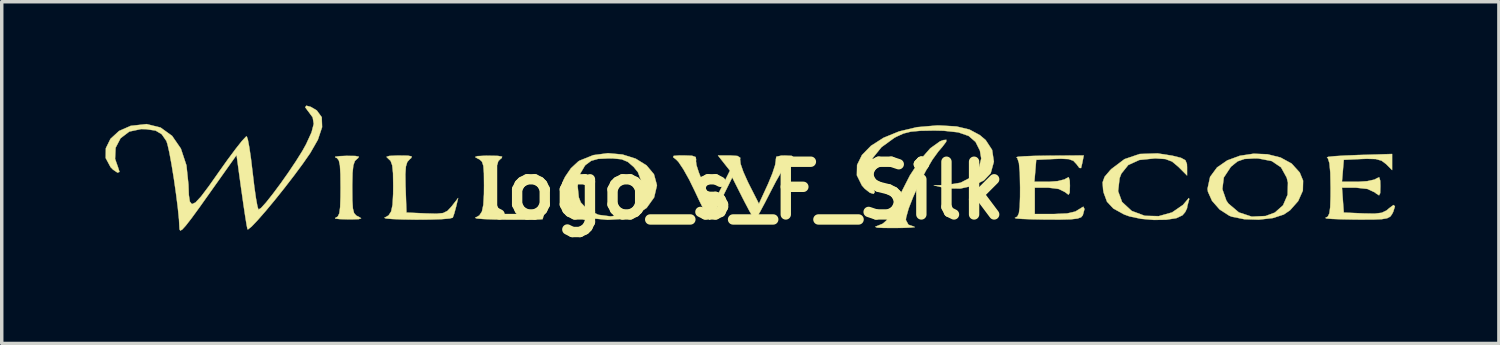
<source format=kicad_pcb>
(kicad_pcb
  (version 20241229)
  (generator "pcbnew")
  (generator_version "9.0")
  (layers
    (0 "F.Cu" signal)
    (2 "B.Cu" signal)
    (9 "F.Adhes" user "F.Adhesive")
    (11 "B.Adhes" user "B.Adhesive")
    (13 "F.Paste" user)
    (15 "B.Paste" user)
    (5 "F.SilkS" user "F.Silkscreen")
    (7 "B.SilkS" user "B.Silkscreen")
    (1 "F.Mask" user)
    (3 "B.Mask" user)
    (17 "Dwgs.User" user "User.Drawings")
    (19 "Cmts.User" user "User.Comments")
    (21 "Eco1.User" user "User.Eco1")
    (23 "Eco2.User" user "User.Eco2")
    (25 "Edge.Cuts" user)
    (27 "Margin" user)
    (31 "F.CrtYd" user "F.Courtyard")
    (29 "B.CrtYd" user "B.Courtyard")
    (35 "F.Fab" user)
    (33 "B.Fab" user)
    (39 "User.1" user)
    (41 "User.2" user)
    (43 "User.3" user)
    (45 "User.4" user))
  (footprint "logo_s_F_Silk"
    (layer "F.Cu")
    (at 18.393 2.459)
    (property "Reference" "logo_s_F_Silk" (at 0 0 0) (layer "F.SilkS") (effects (font (size 1.524 1.524) (thickness 0.3))))
    (attr through_hole)
    (fp_poly (pts (xy 5.906 -1.411) (xy 5.798 -1.268) (xy 5.68 -1.131) (xy 5.511 -0.898) (xy 5.319 -0.573) (xy 5.127 -0.2) (xy 4.954 0.179) (xy 4.821 0.519) (xy 4.749 0.777) (xy 4.741 0.85) (xy 4.815 0.986) (xy 4.974 1.04) (xy 5 1.056) (xy 4.881 1.069) (xy 4.639 1.078) (xy 4.445 1.08) (xy 4.097 1.079) (xy 3.905 1.069) (xy 3.856 1.047) (xy 3.936 1.012) (xy 3.945 1.009) (xy 4.072 0.957) (xy 4.182 0.861) (xy 4.296 0.694) (xy 4.434 0.424) (xy 4.58 0.107) (xy 4.857 -0.436) (xy 5.152 -0.886) (xy 5.448 -1.223) (xy 5.729 -1.424) (xy 5.826 -1.46) (xy 5.913 -1.468) (xy 5.906 -1.411)) (stroke (width 0.01) (type solid)) (fill yes) (layer "F.SilkS"))
    (fp_poly (pts (xy -11.174 -1.001) (xy -11.069 -0.979) (xy -11.098 -0.933) (xy -11.113 -0.925) (xy -11.185 -0.856) (xy -11.23 -0.729) (xy -11.253 -0.509) (xy -11.261 -0.162) (xy -11.261 -0.078) (xy -11.258 0.286) (xy -11.243 0.516) (xy -11.209 0.649) (xy -11.147 0.721) (xy -11.07 0.759) (xy -11.003 0.801) (xy -11.072 0.825) (xy -11.291 0.832) (xy -11.388 0.831) (xy -11.627 0.824) (xy -11.755 0.808) (xy -11.748 0.788) (xy -11.679 0.75) (xy -11.635 0.657) (xy -11.611 0.478) (xy -11.601 0.181) (xy -11.599 -0.085) (xy -11.603 -0.473) (xy -11.617 -0.724) (xy -11.648 -0.868) (xy -11.7 -0.938) (xy -11.748 -0.958) (xy -11.754 -0.979) (xy -11.622 -0.996) (xy -11.43 -1.004) (xy -11.174 -1.001)) (stroke (width 0.01) (type solid)) (fill yes) (layer "F.SilkS"))
    (fp_poly (pts (xy -9.655 -1.01) (xy -9.545 -0.989) (xy -9.554 -0.944) (xy -9.597 -0.909) (xy -9.67 -0.828) (xy -9.711 -0.695) (xy -9.726 -0.472) (xy -9.721 -0.121) (xy -9.719 -0.083) (xy -9.694 0.635) (xy -9.132 0.66) (xy -8.825 0.668) (xy -8.635 0.649) (xy -8.511 0.588) (xy -8.401 0.471) (xy -8.384 0.45) (xy -8.2 0.214) (xy -8.26 0.467) (xy -8.314 0.666) (xy -8.356 0.783) (xy -8.45 0.807) (xy -8.679 0.826) (xy -9.009 0.837) (xy -9.407 0.84) (xy -9.424 0.84) (xy -9.805 0.834) (xy -10.102 0.822) (xy -10.288 0.806) (xy -10.334 0.787) (xy -10.329 0.785) (xy -10.212 0.718) (xy -10.137 0.604) (xy -10.096 0.409) (xy -10.079 0.097) (xy -10.077 -0.144) (xy -10.082 -0.502) (xy -10.105 -0.728) (xy -10.152 -0.858) (xy -10.223 -0.925) (xy -10.273 -0.975) (xy -10.192 -1.002) (xy -9.964 -1.013) (xy -9.911 -1.013) (xy -9.655 -1.01)) (stroke (width 0.01) (type solid)) (fill yes) (layer "F.SilkS"))
    (fp_poly (pts (xy -7.05 -1.003) (xy -6.929 -0.981) (xy -6.942 -0.939) (xy -6.964 -0.925) (xy -7.037 -0.855) (xy -7.081 -0.728) (xy -7.104 -0.508) (xy -7.112 -0.16) (xy -7.112 -0.08) (xy -7.112 0.677) (xy -6.558 0.677) (xy -6.243 0.669) (xy -6.043 0.634) (xy -5.901 0.555) (xy -5.799 0.457) (xy -5.595 0.237) (xy -5.676 0.52) (xy -5.73 0.715) (xy -5.757 0.821) (xy -5.757 0.825) (xy -5.837 0.833) (xy -6.053 0.838) (xy -6.374 0.841) (xy -6.766 0.84) (xy -6.795 0.84) (xy -7.177 0.834) (xy -7.475 0.822) (xy -7.662 0.806) (xy -7.71 0.787) (xy -7.705 0.785) (xy -7.588 0.719) (xy -7.513 0.605) (xy -7.472 0.411) (xy -7.454 0.101) (xy -7.452 -0.151) (xy -7.455 -0.498) (xy -7.471 -0.714) (xy -7.511 -0.835) (xy -7.582 -0.901) (xy -7.641 -0.929) (xy -7.71 -0.971) (xy -7.646 -0.996) (xy -7.432 -1.007) (xy -7.324 -1.008) (xy -7.05 -1.003)) (stroke (width 0.01) (type solid)) (fill yes) (layer "F.SilkS"))
    (fp_poly (pts (xy 15.194 -1.05) (xy 15.571 -0.956) (xy 15.892 -0.781) (xy 16.126 -0.522) (xy 16.223 -0.287) (xy 16.216 0.001) (xy 16.081 0.303) (xy 15.846 0.568) (xy 15.665 0.691) (xy 15.348 0.794) (xy 14.943 0.84) (xy 14.523 0.827) (xy 14.161 0.754) (xy 14.09 0.726) (xy 13.811 0.546) (xy 13.591 0.296) (xy 13.472 0.03) (xy 13.464 -0.042) (xy 13.889 -0.042) (xy 14.006 0.291) (xy 14.066 0.377) (xy 14.367 0.631) (xy 14.739 0.753) (xy 15.139 0.735) (xy 15.406 0.636) (xy 15.644 0.425) (xy 15.776 0.12) (xy 15.785 -0.231) (xy 15.75 -0.374) (xy 15.585 -0.673) (xy 15.316 -0.854) (xy 14.927 -0.929) (xy 14.813 -0.931) (xy 14.525 -0.914) (xy 14.327 -0.844) (xy 14.143 -0.694) (xy 14.133 -0.684) (xy 13.931 -0.378) (xy 13.889 -0.042) (xy 13.464 -0.042) (xy 13.462 -0.058) (xy 13.535 -0.396) (xy 13.736 -0.669) (xy 14.032 -0.873) (xy 14.394 -1.006) (xy 14.791 -1.066) (xy 15.194 -1.05)) (stroke (width 0.01) (type solid)) (fill yes) (layer "F.SilkS"))
    (fp_poly (pts (xy 12.442 -1.009) (xy 12.694 -0.946) (xy 12.821 -0.877) (xy 12.865 -0.769) (xy 12.869 -0.677) (xy 12.869 -0.436) (xy 12.622 -0.684) (xy 12.437 -0.839) (xy 12.243 -0.912) (xy 11.961 -0.931) (xy 11.94 -0.931) (xy 11.49 -0.885) (xy 11.17 -0.74) (xy 10.969 -0.49) (xy 10.919 -0.359) (xy 10.876 0.016) (xy 10.99 0.329) (xy 11.262 0.581) (xy 11.28 0.592) (xy 11.648 0.729) (xy 12.05 0.739) (xy 12.436 0.631) (xy 12.751 0.414) (xy 12.826 0.326) (xy 12.92 0.215) (xy 12.933 0.247) (xy 12.922 0.282) (xy 12.877 0.448) (xy 12.869 0.509) (xy 12.816 0.62) (xy 12.736 0.714) (xy 12.559 0.797) (xy 12.267 0.842) (xy 11.911 0.848) (xy 11.541 0.816) (xy 11.207 0.746) (xy 11.049 0.689) (xy 10.739 0.518) (xy 10.556 0.323) (xy 10.458 0.058) (xy 10.442 -0.033) (xy 10.428 -0.237) (xy 10.486 -0.399) (xy 10.645 -0.586) (xy 10.682 -0.624) (xy 11.061 -0.909) (xy 11.499 -1.058) (xy 12.017 -1.075) (xy 12.442 -1.009)) (stroke (width 0.01) (type solid)) (fill yes) (layer "F.SilkS"))
    (fp_poly (pts (xy 6.205 -1.854) (xy 6.578 -1.765) (xy 6.88 -1.603) (xy 7.048 -1.46) (xy 7.234 -1.176) (xy 7.285 -0.836) (xy 7.194 -0.504) (xy 7.194 -0.503) (xy 6.997 -0.295) (xy 6.687 -0.141) (xy 6.317 -0.059) (xy 5.939 -0.064) (xy 5.842 -0.082) (xy 5.546 -0.152) (xy 5.91 -0.161) (xy 6.32 -0.227) (xy 6.639 -0.392) (xy 6.846 -0.632) (xy 6.92 -0.928) (xy 6.882 -1.155) (xy 6.756 -1.407) (xy 6.556 -1.58) (xy 6.256 -1.684) (xy 5.832 -1.73) (xy 5.56 -1.736) (xy 5.165 -1.729) (xy 4.886 -1.704) (xy 4.671 -1.65) (xy 4.467 -1.557) (xy 4.406 -1.524) (xy 4.037 -1.256) (xy 3.784 -0.943) (xy 3.662 -0.614) (xy 3.68 -0.293) (xy 3.772 -0.104) (xy 3.843 0.041) (xy 3.808 0.095) (xy 3.701 0.062) (xy 3.554 -0.053) (xy 3.47 -0.148) (xy 3.325 -0.442) (xy 3.331 -0.74) (xy 3.473 -1.029) (xy 3.734 -1.295) (xy 4.097 -1.527) (xy 4.545 -1.71) (xy 5.062 -1.833) (xy 5.631 -1.882) (xy 5.715 -1.883) (xy 6.205 -1.854)) (stroke (width 0.01) (type solid)) (fill yes) (layer "F.SilkS"))
    (fp_poly (pts (xy -3.451 -1.043) (xy -3.069 -0.923) (xy -2.755 -0.729) (xy -2.54 -0.472) (xy -2.456 -0.162) (xy -2.455 -0.145) (xy -2.535 0.197) (xy -2.752 0.5) (xy -3.077 0.719) (xy -3.102 0.73) (xy -3.456 0.82) (xy -3.879 0.845) (xy -4.296 0.805) (xy -4.635 0.703) (xy -4.658 0.692) (xy -4.91 0.495) (xy -5.105 0.232) (xy -5.108 0.226) (xy -5.202 0.018) (xy -5.217 -0.13) (xy -5.214 -0.138) (xy -4.747 -0.138) (xy -4.713 0.194) (xy -4.655 0.343) (xy -4.448 0.564) (xy -4.144 0.7) (xy -3.794 0.746) (xy -3.448 0.698) (xy -3.158 0.552) (xy -3.074 0.472) (xy -2.902 0.154) (xy -2.879 -0.195) (xy -3.002 -0.529) (xy -3.126 -0.684) (xy -3.298 -0.831) (xy -3.475 -0.905) (xy -3.726 -0.93) (xy -3.85 -0.931) (xy -4.154 -0.917) (xy -4.354 -0.861) (xy -4.514 -0.743) (xy -4.534 -0.724) (xy -4.684 -0.469) (xy -4.747 -0.138) (xy -5.214 -0.138) (xy -5.154 -0.306) (xy -5.108 -0.4) (xy -4.94 -0.645) (xy -4.728 -0.842) (xy -4.692 -0.865) (xy -4.294 -1.025) (xy -3.87 -1.081) (xy -3.451 -1.043)) (stroke (width 0.01) (type solid)) (fill yes) (layer "F.SilkS"))
    (fp_poly (pts (xy 9.841 -0.801) (xy 9.805 -0.651) (xy 9.755 -0.656) (xy 9.676 -0.762) (xy 9.583 -0.861) (xy 9.448 -0.91) (xy 9.223 -0.921) (xy 9.031 -0.914) (xy 8.509 -0.889) (xy 8.483 -0.572) (xy 8.456 -0.254) (xy 8.868 -0.254) (xy 9.131 -0.274) (xy 9.329 -0.324) (xy 9.381 -0.356) (xy 9.448 -0.387) (xy 9.478 -0.288) (xy 9.483 -0.138) (xy 9.476 0.062) (xy 9.442 0.119) (xy 9.362 0.061) (xy 9.35 0.048) (xy 9.16 -0.046) (xy 8.867 -0.084) (xy 8.842 -0.085) (xy 8.467 -0.085) (xy 8.467 0.677) (xy 9.031 0.677) (xy 9.402 0.66) (xy 9.641 0.605) (xy 9.751 0.537) (xy 9.87 0.465) (xy 9.904 0.533) (xy 9.855 0.713) (xy 9.808 0.77) (xy 9.703 0.808) (xy 9.511 0.83) (xy 9.204 0.838) (xy 8.775 0.837) (xy 8.397 0.83) (xy 8.106 0.819) (xy 7.928 0.805) (xy 7.89 0.79) (xy 7.895 0.788) (xy 7.964 0.75) (xy 8.008 0.657) (xy 8.032 0.478) (xy 8.042 0.181) (xy 8.043 -0.084) (xy 8.035 -0.517) (xy 8.009 -0.797) (xy 7.963 -0.938) (xy 7.938 -0.96) (xy 7.975 -0.977) (xy 8.153 -0.991) (xy 8.444 -1.003) (xy 8.82 -1.009) (xy 8.857 -1.009) (xy 9.883 -1.016) (xy 9.841 -0.801)) (stroke (width 0.01) (type solid)) (fill yes) (layer "F.SilkS"))
    (fp_poly (pts (xy 18.796 -0.826) (xy 18.796 -0.593) (xy 18.623 -0.766) (xy 18.493 -0.864) (xy 18.324 -0.912) (xy 18.061 -0.919) (xy 17.924 -0.914) (xy 17.399 -0.889) (xy 17.373 -0.572) (xy 17.346 -0.254) (xy 17.8 -0.254) (xy 18.075 -0.272) (xy 18.286 -0.318) (xy 18.356 -0.356) (xy 18.422 -0.386) (xy 18.452 -0.288) (xy 18.457 -0.131) (xy 18.451 0.074) (xy 18.419 0.137) (xy 18.336 0.086) (xy 18.302 0.055) (xy 18.082 -0.048) (xy 17.747 -0.085) (xy 17.347 -0.085) (xy 17.373 0.275) (xy 17.399 0.635) (xy 17.967 0.66) (xy 18.29 0.666) (xy 18.496 0.641) (xy 18.635 0.575) (xy 18.708 0.512) (xy 18.836 0.416) (xy 18.878 0.455) (xy 18.828 0.614) (xy 18.793 0.683) (xy 18.741 0.753) (xy 18.653 0.799) (xy 18.499 0.826) (xy 18.248 0.837) (xy 17.868 0.838) (xy 17.714 0.837) (xy 17.344 0.83) (xy 17.061 0.819) (xy 16.894 0.805) (xy 16.867 0.789) (xy 16.87 0.788) (xy 16.939 0.75) (xy 16.983 0.657) (xy 17.007 0.478) (xy 17.017 0.181) (xy 17.018 -0.084) (xy 17.01 -0.515) (xy 16.984 -0.794) (xy 16.939 -0.935) (xy 16.912 -0.957) (xy 16.949 -0.975) (xy 17.126 -0.994) (xy 17.416 -1.012) (xy 17.789 -1.027) (xy 17.801 -1.028) (xy 18.796 -1.058) (xy 18.796 -0.826)) (stroke (width 0.01) (type solid)) (fill yes) (layer "F.SilkS"))
    (fp_poly (pts (xy -0.126 -1.001) (xy -0.045 -0.949) (xy -0.051 -0.898) (xy -0.036 -0.77) (xy 0.044 -0.54) (xy 0.173 -0.252) (xy 0.199 -0.199) (xy 0.494 0.381) (xy 0.761 -0.2) (xy 0.883 -0.496) (xy 0.963 -0.741) (xy 0.984 -0.888) (xy 0.982 -0.899) (xy 0.997 -0.979) (xy 1.141 -1.011) (xy 1.251 -1.013) (xy 1.442 -1.004) (xy 1.483 -0.974) (xy 1.416 -0.924) (xy 1.319 -0.815) (xy 1.17 -0.589) (xy 0.993 -0.28) (xy 0.844 0.005) (xy 0.671 0.342) (xy 0.525 0.615) (xy 0.422 0.793) (xy 0.381 0.847) (xy 0.327 0.777) (xy 0.219 0.59) (xy 0.078 0.323) (xy 0.032 0.233) (xy -0.277 -0.38) (xy -0.58 0.233) (xy -0.726 0.518) (xy -0.847 0.732) (xy -0.92 0.84) (xy -0.93 0.847) (xy -0.982 0.775) (xy -1.087 0.58) (xy -1.228 0.295) (xy -1.348 0.038) (xy -1.519 -0.312) (xy -1.687 -0.612) (xy -1.827 -0.822) (xy -1.894 -0.893) (xy -1.987 -0.967) (xy -1.97 -1.003) (xy -1.821 -1.015) (xy -1.678 -1.016) (xy -1.44 -1.007) (xy -1.334 -0.97) (xy -1.321 -0.886) (xy -1.327 -0.858) (xy -1.312 -0.737) (xy -1.245 -0.528) (xy -1.145 -0.275) (xy -1.032 -0.022) (xy -0.925 0.189) (xy -0.842 0.313) (xy -0.809 0.326) (xy -0.76 0.24) (xy -0.659 0.049) (xy -0.563 -0.14) (xy -0.344 -0.577) (xy -0.517 -0.796) (xy -0.69 -1.016) (xy -0.347 -1.016) (xy -0.126 -1.001)) (stroke (width 0.01) (type solid)) (fill yes) (layer "F.SilkS"))
    (fp_poly (pts (xy -12.455 -2.417) (xy -12.286 -2.317) (xy -12.143 -2.121) (xy -12.133 -1.834) (xy -12.255 -1.47) (xy -12.475 -1.086) (xy -12.691 -0.776) (xy -12.948 -0.429) (xy -13.226 -0.069) (xy -13.506 0.281) (xy -13.77 0.598) (xy -13.999 0.859) (xy -14.172 1.041) (xy -14.273 1.121) (xy -14.289 1.118) (xy -14.314 0.996) (xy -14.355 0.744) (xy -14.407 0.397) (xy -14.464 -0.006) (xy -14.465 -0.007) (xy -14.605 -1.027) (xy -15.363 0.042) (xy -15.679 0.487) (xy -15.912 0.806) (xy -16.074 1.014) (xy -16.176 1.126) (xy -16.232 1.157) (xy -16.254 1.119) (xy -16.256 1.084) (xy -16.269 0.837) (xy -16.304 0.49) (xy -16.356 0.083) (xy -16.417 -0.344) (xy -16.483 -0.75) (xy -16.547 -1.097) (xy -16.603 -1.342) (xy -16.633 -1.433) (xy -16.768 -1.629) (xy -16.946 -1.735) (xy -17.22 -1.775) (xy -17.367 -1.778) (xy -17.705 -1.706) (xy -17.958 -1.514) (xy -18.102 -1.238) (xy -18.117 -0.917) (xy -18.031 -0.672) (xy -17.989 -0.54) (xy -18.047 -0.519) (xy -18.177 -0.607) (xy -18.247 -0.678) (xy -18.388 -0.941) (xy -18.383 -1.224) (xy -18.25 -1.495) (xy -18.002 -1.723) (xy -17.666 -1.871) (xy -17.205 -1.922) (xy -16.802 -1.822) (xy -16.469 -1.582) (xy -16.215 -1.214) (xy -16.054 -0.729) (xy -15.996 -0.175) (xy -15.985 0.126) (xy -15.956 0.317) (xy -15.896 0.391) (xy -15.792 0.344) (xy -15.631 0.171) (xy -15.401 -0.134) (xy -15.118 -0.536) (xy -14.858 -0.901) (xy -14.629 -1.208) (xy -14.45 -1.434) (xy -14.338 -1.554) (xy -14.311 -1.568) (xy -14.279 -1.474) (xy -14.236 -1.245) (xy -14.188 -0.916) (xy -14.141 -0.52) (xy -14.139 -0.508) (xy -14.092 -0.111) (xy -14.045 0.22) (xy -14.003 0.451) (xy -13.972 0.549) (xy -13.971 0.549) (xy -13.897 0.503) (xy -13.752 0.343) (xy -13.558 0.098) (xy -13.335 -0.201) (xy -13.104 -0.528) (xy -12.887 -0.852) (xy -12.704 -1.144) (xy -12.594 -1.342) (xy -12.437 -1.686) (xy -12.374 -1.93) (xy -12.404 -2.115) (xy -12.524 -2.279) (xy -12.531 -2.286) (xy -12.621 -2.409) (xy -12.587 -2.454) (xy -12.455 -2.417)) (stroke (width 0.01) (type solid)) (fill yes) (layer "F.SilkS")))
  (gr_rect
    (start -3 -3)
    (end 40.276 6.877)
    (stroke (width 0.1) (type default))
    (fill no)
    (layer "Edge.Cuts")))
</source>
